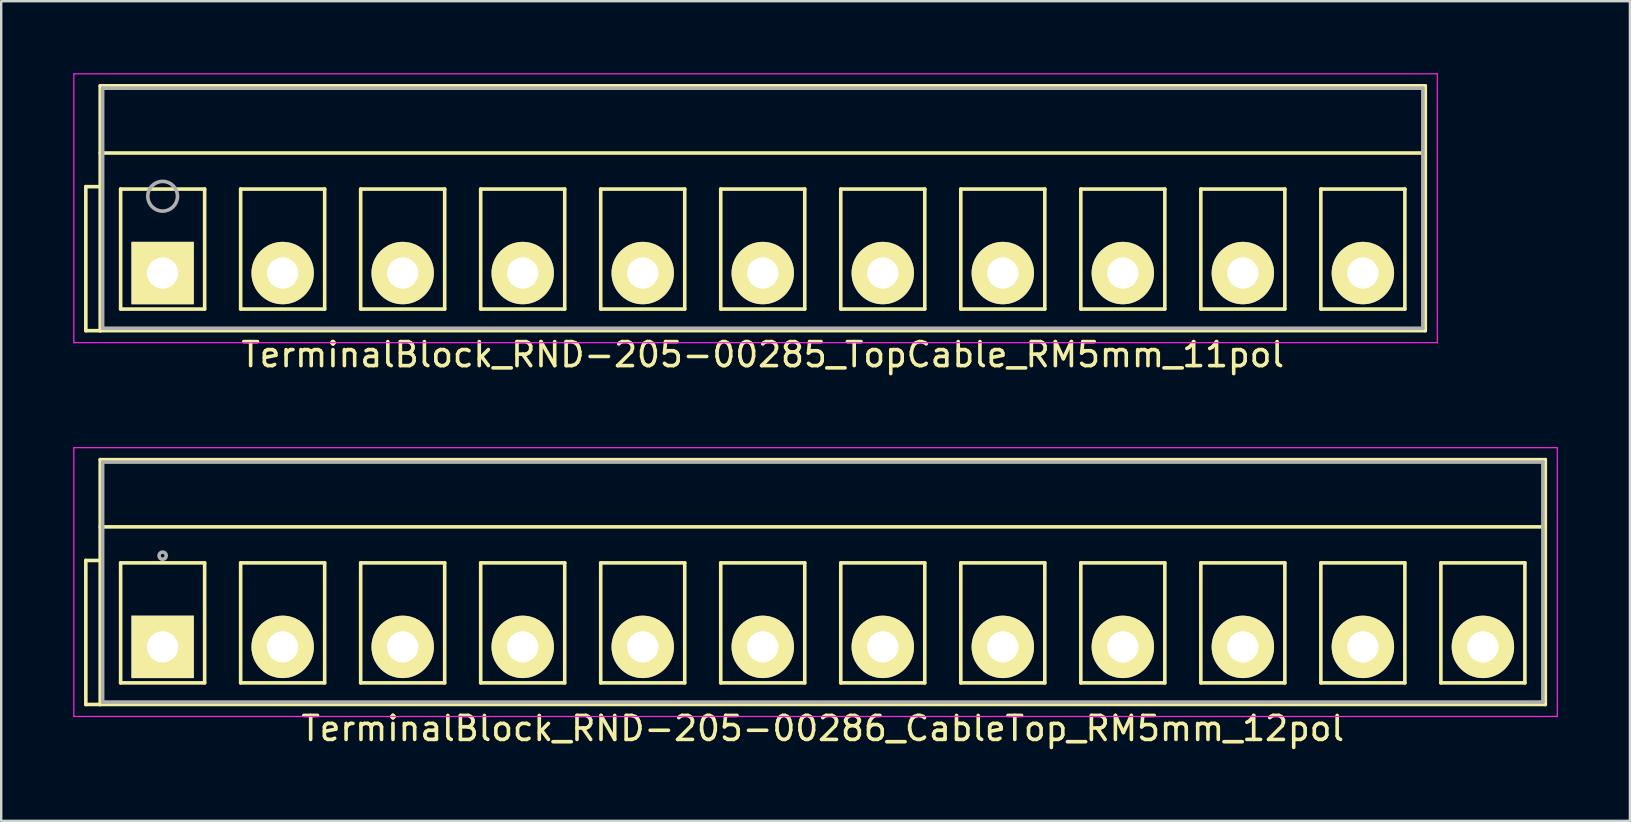
<source format=kicad_pcb>
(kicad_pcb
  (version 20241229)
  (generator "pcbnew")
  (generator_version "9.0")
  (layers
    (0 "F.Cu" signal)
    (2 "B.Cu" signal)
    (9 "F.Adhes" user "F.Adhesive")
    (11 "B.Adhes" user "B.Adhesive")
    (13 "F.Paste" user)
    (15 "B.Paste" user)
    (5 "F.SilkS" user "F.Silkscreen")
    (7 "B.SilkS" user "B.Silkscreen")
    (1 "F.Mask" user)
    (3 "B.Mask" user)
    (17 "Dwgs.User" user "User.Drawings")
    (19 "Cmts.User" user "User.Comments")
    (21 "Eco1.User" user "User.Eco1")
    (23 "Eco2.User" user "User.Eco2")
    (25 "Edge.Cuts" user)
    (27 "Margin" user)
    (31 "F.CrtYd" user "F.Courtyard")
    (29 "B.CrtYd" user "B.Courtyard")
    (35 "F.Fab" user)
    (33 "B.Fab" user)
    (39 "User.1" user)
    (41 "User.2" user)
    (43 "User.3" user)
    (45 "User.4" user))
  (footprint "TerminalBlock_RND-205-00286_CableTop_RM5mm_12pol"
    (layer "F.Cu")
    (at 3.725 23.898)
    (property "Reference" "TerminalBlock_RND-205-00286_CableTop_RM5mm_12pol" (at 27.5 3.4 0) (layer "F.SilkS") (effects (font (size 1 1) (thickness 0.15))))
    (attr through_hole)
    (fp_line (start -3.2 -3.6) (end -2.6 -3.6) (stroke (width 0.15) (type solid)) (layer "F.SilkS"))
    (fp_line (start -3.2 2.4) (end -3.2 -3.6) (stroke (width 0.15) (type solid)) (layer "F.SilkS"))
    (fp_line (start -2.6 -7.8) (end 57.6 -7.8) (stroke (width 0.15) (type solid)) (layer "F.SilkS"))
    (fp_line (start -2.6 -5) (end 57.6 -5) (stroke (width 0.15) (type solid)) (layer "F.SilkS"))
    (fp_line (start -2.6 2.4) (end -3.2 2.4) (stroke (width 0.15) (type solid)) (layer "F.SilkS"))
    (fp_line (start -2.6 2.4) (end -2.6 -7.8) (stroke (width 0.15) (type solid)) (layer "F.SilkS"))
    (fp_line (start -1.75 -3.5) (end -1.75 1.5) (stroke (width 0.15) (type solid)) (layer "F.SilkS"))
    (fp_line (start -1.75 1.5) (end 1.75 1.5) (stroke (width 0.15) (type solid)) (layer "F.SilkS"))
    (fp_line (start 1.75 -3.5) (end -1.75 -3.5) (stroke (width 0.15) (type solid)) (layer "F.SilkS"))
    (fp_line (start 1.75 1.5) (end 1.75 -3.5) (stroke (width 0.15) (type solid)) (layer "F.SilkS"))
    (fp_line (start 3.25 -3.5) (end 3.25 1.5) (stroke (width 0.15) (type solid)) (layer "F.SilkS"))
    (fp_line (start 3.25 1.5) (end 6.75 1.5) (stroke (width 0.15) (type solid)) (layer "F.SilkS"))
    (fp_line (start 6.75 -3.5) (end 3.25 -3.5) (stroke (width 0.15) (type solid)) (layer "F.SilkS"))
    (fp_line (start 6.75 1.5) (end 6.75 -3.5) (stroke (width 0.15) (type solid)) (layer "F.SilkS"))
    (fp_line (start 8.25 -3.5) (end 8.25 1.5) (stroke (width 0.15) (type solid)) (layer "F.SilkS"))
    (fp_line (start 8.25 1.5) (end 11.75 1.5) (stroke (width 0.15) (type solid)) (layer "F.SilkS"))
    (fp_line (start 11.75 -3.5) (end 8.25 -3.5) (stroke (width 0.15) (type solid)) (layer "F.SilkS"))
    (fp_line (start 11.75 1.5) (end 11.75 -3.5) (stroke (width 0.15) (type solid)) (layer "F.SilkS"))
    (fp_line (start 13.25 -3.5) (end 13.25 1.5) (stroke (width 0.15) (type solid)) (layer "F.SilkS"))
    (fp_line (start 13.25 1.5) (end 16.75 1.5) (stroke (width 0.15) (type solid)) (layer "F.SilkS"))
    (fp_line (start 16.75 -3.5) (end 13.25 -3.5) (stroke (width 0.15) (type solid)) (layer "F.SilkS"))
    (fp_line (start 16.75 1.5) (end 16.75 -3.5) (stroke (width 0.15) (type solid)) (layer "F.SilkS"))
    (fp_line (start 18.25 -3.5) (end 18.25 1.5) (stroke (width 0.15) (type solid)) (layer "F.SilkS"))
    (fp_line (start 18.25 1.5) (end 21.75 1.5) (stroke (width 0.15) (type solid)) (layer "F.SilkS"))
    (fp_line (start 21.75 -3.5) (end 18.25 -3.5) (stroke (width 0.15) (type solid)) (layer "F.SilkS"))
    (fp_line (start 21.75 1.5) (end 21.75 -3.5) (stroke (width 0.15) (type solid)) (layer "F.SilkS"))
    (fp_line (start 23.25 -3.5) (end 23.25 1.5) (stroke (width 0.15) (type solid)) (layer "F.SilkS"))
    (fp_line (start 23.25 1.5) (end 26.75 1.5) (stroke (width 0.15) (type solid)) (layer "F.SilkS"))
    (fp_line (start 26.75 -3.5) (end 23.25 -3.5) (stroke (width 0.15) (type solid)) (layer "F.SilkS"))
    (fp_line (start 26.75 1.5) (end 26.75 -3.5) (stroke (width 0.15) (type solid)) (layer "F.SilkS"))
    (fp_line (start 28.25 -3.5) (end 28.25 1.5) (stroke (width 0.15) (type solid)) (layer "F.SilkS"))
    (fp_line (start 28.25 1.5) (end 31.75 1.5) (stroke (width 0.15) (type solid)) (layer "F.SilkS"))
    (fp_line (start 31.75 -3.5) (end 28.25 -3.5) (stroke (width 0.15) (type solid)) (layer "F.SilkS"))
    (fp_line (start 31.75 1.5) (end 31.75 -3.5) (stroke (width 0.15) (type solid)) (layer "F.SilkS"))
    (fp_line (start 33.25 -3.5) (end 33.25 1.5) (stroke (width 0.15) (type solid)) (layer "F.SilkS"))
    (fp_line (start 33.25 1.5) (end 36.75 1.5) (stroke (width 0.15) (type solid)) (layer "F.SilkS"))
    (fp_line (start 36.75 -3.5) (end 33.25 -3.5) (stroke (width 0.15) (type solid)) (layer "F.SilkS"))
    (fp_line (start 36.75 1.5) (end 36.75 -3.5) (stroke (width 0.15) (type solid)) (layer "F.SilkS"))
    (fp_line (start 38.25 -3.5) (end 38.25 1.5) (stroke (width 0.15) (type solid)) (layer "F.SilkS"))
    (fp_line (start 38.25 1.5) (end 41.75 1.5) (stroke (width 0.15) (type solid)) (layer "F.SilkS"))
    (fp_line (start 41.75 -3.5) (end 38.25 -3.5) (stroke (width 0.15) (type solid)) (layer "F.SilkS"))
    (fp_line (start 41.75 1.5) (end 41.75 -3.5) (stroke (width 0.15) (type solid)) (layer "F.SilkS"))
    (fp_line (start 43.25 -3.5) (end 43.25 1.5) (stroke (width 0.15) (type solid)) (layer "F.SilkS"))
    (fp_line (start 43.25 1.5) (end 46.75 1.5) (stroke (width 0.15) (type solid)) (layer "F.SilkS"))
    (fp_line (start 46.75 -3.5) (end 43.25 -3.5) (stroke (width 0.15) (type solid)) (layer "F.SilkS"))
    (fp_line (start 46.75 1.5) (end 46.75 -3.5) (stroke (width 0.15) (type solid)) (layer "F.SilkS"))
    (fp_line (start 48.25 -3.5) (end 48.25 1.5) (stroke (width 0.15) (type solid)) (layer "F.SilkS"))
    (fp_line (start 48.25 1.5) (end 51.75 1.5) (stroke (width 0.15) (type solid)) (layer "F.SilkS"))
    (fp_line (start 51.75 -3.5) (end 48.25 -3.5) (stroke (width 0.15) (type solid)) (layer "F.SilkS"))
    (fp_line (start 51.75 1.5) (end 51.75 -3.5) (stroke (width 0.15) (type solid)) (layer "F.SilkS"))
    (fp_line (start 53.25 -3.5) (end 53.25 1.5) (stroke (width 0.15) (type solid)) (layer "F.SilkS"))
    (fp_line (start 53.25 1.5) (end 56.75 1.5) (stroke (width 0.15) (type solid)) (layer "F.SilkS"))
    (fp_line (start 56.75 -3.5) (end 53.25 -3.5) (stroke (width 0.15) (type solid)) (layer "F.SilkS"))
    (fp_line (start 56.75 1.5) (end 56.75 -3.5) (stroke (width 0.15) (type solid)) (layer "F.SilkS"))
    (fp_line (start 57.6 -7.8) (end 57.6 2.4) (stroke (width 0.15) (type solid)) (layer "F.SilkS"))
    (fp_line (start 57.6 2.4) (end -2.6 2.4) (stroke (width 0.15) (type solid)) (layer "F.SilkS"))
    (fp_line (start -3.7 -8.3) (end 58.1 -8.3) (stroke (width 0.05) (type solid)) (layer "F.CrtYd"))
    (fp_line (start -3.7 2.9) (end -3.7 -8.3) (stroke (width 0.05) (type solid)) (layer "F.CrtYd"))
    (fp_line (start 58.1 -8.3) (end 58.1 2.9) (stroke (width 0.05) (type solid)) (layer "F.CrtYd"))
    (fp_line (start 58.1 2.9) (end -3.7 2.9) (stroke (width 0.05) (type solid)) (layer "F.CrtYd"))
    (fp_line (start -2.5 -7.7) (end 57.5 -7.7) (stroke (width 0.15) (type solid)) (layer "F.Fab"))
    (fp_line (start -2.5 2.3) (end -2.5 -7.7) (stroke (width 0.15) (type solid)) (layer "F.Fab"))
    (fp_line (start 57.5 -7.7) (end 57.5 2.3) (stroke (width 0.15) (type solid)) (layer "F.Fab"))
    (fp_line (start 57.5 2.3) (end -2.5 2.3) (stroke (width 0.15) (type solid)) (layer "F.Fab"))
    (fp_circle (center 0 -3.8) (end -0.15 -3.8) (stroke (width 0.15) (type solid)) (fill no) (layer "F.Fab"))
    (pad "1" thru_hole rect (at 0 0) (size 2.6 2.6) (drill 1.3) (layers "*.Cu" "*.Mask" "F.SilkS"))
    (pad "2" thru_hole circle (at 5 0) (size 2.6 2.6) (drill 1.3) (layers "*.Cu" "*.Mask" "F.SilkS"))
    (pad "3" thru_hole circle (at 10 0) (size 2.6 2.6) (drill 1.3) (layers "*.Cu" "*.Mask" "F.SilkS"))
    (pad "4" thru_hole circle (at 15 0) (size 2.6 2.6) (drill 1.3) (layers "*.Cu" "*.Mask" "F.SilkS"))
    (pad "5" thru_hole circle (at 20 0) (size 2.6 2.6) (drill 1.3) (layers "*.Cu" "*.Mask" "F.SilkS"))
    (pad "6" thru_hole circle (at 25 0) (size 2.6 2.6) (drill 1.3) (layers "*.Cu" "*.Mask" "F.SilkS"))
    (pad "7" thru_hole circle (at 30 0) (size 2.6 2.6) (drill 1.3) (layers "*.Cu" "*.Mask" "F.SilkS"))
    (pad "8" thru_hole circle (at 35 0) (size 2.6 2.6) (drill 1.3) (layers "*.Cu" "*.Mask" "F.SilkS"))
    (pad "9" thru_hole circle (at 40 0) (size 2.6 2.6) (drill 1.3) (layers "*.Cu" "*.Mask" "F.SilkS"))
    (pad "10" thru_hole circle (at 45 0) (size 2.6 2.6) (drill 1.3) (layers "*.Cu" "*.Mask" "F.SilkS"))
    (pad "11" thru_hole circle (at 50 0) (size 2.6 2.6) (drill 1.3) (layers "*.Cu" "*.Mask" "F.SilkS"))
    (pad "12" thru_hole circle (at 55 0) (size 2.6 2.6) (drill 1.3) (layers "*.Cu" "*.Mask" "F.SilkS")))
  (footprint "TerminalBlock_RND-205-00285_TopCable_RM5mm_11pol"
    (layer "F.Cu")
    (at 3.725 8.325)
    (property "Reference" "TerminalBlock_RND-205-00285_TopCable_RM5mm_11pol" (at 25 3.4 0) (layer "F.SilkS") (effects (font (size 1 1) (thickness 0.15))))
    (attr through_hole)
    (fp_line (start -3.2 -3.6) (end -2.6 -3.6) (stroke (width 0.15) (type solid)) (layer "F.SilkS"))
    (fp_line (start -3.2 2.4) (end -3.2 -3.6) (stroke (width 0.15) (type solid)) (layer "F.SilkS"))
    (fp_line (start -2.6 -7.8) (end 52.6 -7.8) (stroke (width 0.15) (type solid)) (layer "F.SilkS"))
    (fp_line (start -2.6 -5) (end 52.6 -5) (stroke (width 0.15) (type solid)) (layer "F.SilkS"))
    (fp_line (start -2.6 2.4) (end -3.2 2.4) (stroke (width 0.15) (type solid)) (layer "F.SilkS"))
    (fp_line (start -2.6 2.4) (end -2.6 -7.8) (stroke (width 0.15) (type solid)) (layer "F.SilkS"))
    (fp_line (start -1.75 -3.5) (end -1.75 1.5) (stroke (width 0.15) (type solid)) (layer "F.SilkS"))
    (fp_line (start -1.75 1.5) (end 1.75 1.5) (stroke (width 0.15) (type solid)) (layer "F.SilkS"))
    (fp_line (start 1.75 -3.5) (end -1.75 -3.5) (stroke (width 0.15) (type solid)) (layer "F.SilkS"))
    (fp_line (start 1.75 1.5) (end 1.75 -3.5) (stroke (width 0.15) (type solid)) (layer "F.SilkS"))
    (fp_line (start 3.25 -3.5) (end 3.25 1.5) (stroke (width 0.15) (type solid)) (layer "F.SilkS"))
    (fp_line (start 3.25 1.5) (end 6.75 1.5) (stroke (width 0.15) (type solid)) (layer "F.SilkS"))
    (fp_line (start 6.75 -3.5) (end 3.25 -3.5) (stroke (width 0.15) (type solid)) (layer "F.SilkS"))
    (fp_line (start 6.75 1.5) (end 6.75 -3.5) (stroke (width 0.15) (type solid)) (layer "F.SilkS"))
    (fp_line (start 8.25 -3.5) (end 8.25 1.5) (stroke (width 0.15) (type solid)) (layer "F.SilkS"))
    (fp_line (start 8.25 1.5) (end 11.75 1.5) (stroke (width 0.15) (type solid)) (layer "F.SilkS"))
    (fp_line (start 11.75 -3.5) (end 8.25 -3.5) (stroke (width 0.15) (type solid)) (layer "F.SilkS"))
    (fp_line (start 11.75 1.5) (end 11.75 -3.5) (stroke (width 0.15) (type solid)) (layer "F.SilkS"))
    (fp_line (start 13.25 -3.5) (end 13.25 1.5) (stroke (width 0.15) (type solid)) (layer "F.SilkS"))
    (fp_line (start 13.25 1.5) (end 16.75 1.5) (stroke (width 0.15) (type solid)) (layer "F.SilkS"))
    (fp_line (start 16.75 -3.5) (end 13.25 -3.5) (stroke (width 0.15) (type solid)) (layer "F.SilkS"))
    (fp_line (start 16.75 1.5) (end 16.75 -3.5) (stroke (width 0.15) (type solid)) (layer "F.SilkS"))
    (fp_line (start 18.25 -3.5) (end 18.25 1.5) (stroke (width 0.15) (type solid)) (layer "F.SilkS"))
    (fp_line (start 18.25 1.5) (end 21.75 1.5) (stroke (width 0.15) (type solid)) (layer "F.SilkS"))
    (fp_line (start 21.75 -3.5) (end 18.25 -3.5) (stroke (width 0.15) (type solid)) (layer "F.SilkS"))
    (fp_line (start 21.75 1.5) (end 21.75 -3.5) (stroke (width 0.15) (type solid)) (layer "F.SilkS"))
    (fp_line (start 23.25 -3.5) (end 23.25 1.5) (stroke (width 0.15) (type solid)) (layer "F.SilkS"))
    (fp_line (start 23.25 1.5) (end 26.75 1.5) (stroke (width 0.15) (type solid)) (layer "F.SilkS"))
    (fp_line (start 26.75 -3.5) (end 23.25 -3.5) (stroke (width 0.15) (type solid)) (layer "F.SilkS"))
    (fp_line (start 26.75 1.5) (end 26.75 -3.5) (stroke (width 0.15) (type solid)) (layer "F.SilkS"))
    (fp_line (start 28.25 -3.5) (end 28.25 1.5) (stroke (width 0.15) (type solid)) (layer "F.SilkS"))
    (fp_line (start 28.25 1.5) (end 31.75 1.5) (stroke (width 0.15) (type solid)) (layer "F.SilkS"))
    (fp_line (start 31.75 -3.5) (end 28.25 -3.5) (stroke (width 0.15) (type solid)) (layer "F.SilkS"))
    (fp_line (start 31.75 1.5) (end 31.75 -3.5) (stroke (width 0.15) (type solid)) (layer "F.SilkS"))
    (fp_line (start 33.25 -3.5) (end 33.25 1.5) (stroke (width 0.15) (type solid)) (layer "F.SilkS"))
    (fp_line (start 33.25 1.5) (end 36.75 1.5) (stroke (width 0.15) (type solid)) (layer "F.SilkS"))
    (fp_line (start 36.75 -3.5) (end 33.25 -3.5) (stroke (width 0.15) (type solid)) (layer "F.SilkS"))
    (fp_line (start 36.75 1.5) (end 36.75 -3.5) (stroke (width 0.15) (type solid)) (layer "F.SilkS"))
    (fp_line (start 38.25 -3.5) (end 38.25 1.5) (stroke (width 0.15) (type solid)) (layer "F.SilkS"))
    (fp_line (start 38.25 1.5) (end 41.75 1.5) (stroke (width 0.15) (type solid)) (layer "F.SilkS"))
    (fp_line (start 41.75 -3.5) (end 38.25 -3.5) (stroke (width 0.15) (type solid)) (layer "F.SilkS"))
    (fp_line (start 41.75 1.5) (end 41.75 -3.5) (stroke (width 0.15) (type solid)) (layer "F.SilkS"))
    (fp_line (start 43.25 -3.5) (end 43.25 1.5) (stroke (width 0.15) (type solid)) (layer "F.SilkS"))
    (fp_line (start 43.25 1.5) (end 46.75 1.5) (stroke (width 0.15) (type solid)) (layer "F.SilkS"))
    (fp_line (start 46.75 -3.5) (end 43.25 -3.5) (stroke (width 0.15) (type solid)) (layer "F.SilkS"))
    (fp_line (start 46.75 1.5) (end 46.75 -3.5) (stroke (width 0.15) (type solid)) (layer "F.SilkS"))
    (fp_line (start 48.25 -3.5) (end 48.25 1.5) (stroke (width 0.15) (type solid)) (layer "F.SilkS"))
    (fp_line (start 48.25 1.5) (end 51.75 1.5) (stroke (width 0.15) (type solid)) (layer "F.SilkS"))
    (fp_line (start 51.75 -3.5) (end 48.25 -3.5) (stroke (width 0.15) (type solid)) (layer "F.SilkS"))
    (fp_line (start 51.75 1.5) (end 51.75 -3.5) (stroke (width 0.15) (type solid)) (layer "F.SilkS"))
    (fp_line (start 52.6 -7.8) (end 52.6 2.4) (stroke (width 0.15) (type solid)) (layer "F.SilkS"))
    (fp_line (start 52.6 2.4) (end -2.6 2.4) (stroke (width 0.15) (type solid)) (layer "F.SilkS"))
    (fp_line (start -3.7 -8.3) (end 53.1 -8.3) (stroke (width 0.05) (type solid)) (layer "F.CrtYd"))
    (fp_line (start -3.7 2.9) (end -3.7 -8.3) (stroke (width 0.05) (type solid)) (layer "F.CrtYd"))
    (fp_line (start 53.1 -8.3) (end 53.1 2.9) (stroke (width 0.05) (type solid)) (layer "F.CrtYd"))
    (fp_line (start 53.1 2.9) (end -3.7 2.9) (stroke (width 0.05) (type solid)) (layer "F.CrtYd"))
    (fp_line (start -2.5 -7.7) (end 52.5 -7.7) (stroke (width 0.15) (type solid)) (layer "F.Fab"))
    (fp_line (start -2.5 2.3) (end -2.5 -7.7) (stroke (width 0.15) (type solid)) (layer "F.Fab"))
    (fp_line (start 52.5 -7.7) (end 52.5 2.3) (stroke (width 0.15) (type solid)) (layer "F.Fab"))
    (fp_line (start 52.5 2.3) (end -2.5 2.3) (stroke (width 0.15) (type solid)) (layer "F.Fab"))
    (fp_circle (center 0 -3.2) (end -0.15 -3.8) (stroke (width 0.15) (type solid)) (fill no) (layer "F.Fab"))
    (pad "1" thru_hole rect (at 0 0) (size 2.6 2.6) (drill 1.3) (layers "*.Cu" "*.Mask" "F.SilkS"))
    (pad "2" thru_hole circle (at 5 0) (size 2.6 2.6) (drill 1.3) (layers "*.Cu" "*.Mask" "F.SilkS"))
    (pad "3" thru_hole circle (at 10 0) (size 2.6 2.6) (drill 1.3) (layers "*.Cu" "*.Mask" "F.SilkS"))
    (pad "4" thru_hole circle (at 15 0) (size 2.6 2.6) (drill 1.3) (layers "*.Cu" "*.Mask" "F.SilkS"))
    (pad "5" thru_hole circle (at 20 0) (size 2.6 2.6) (drill 1.3) (layers "*.Cu" "*.Mask" "F.SilkS"))
    (pad "6" thru_hole circle (at 25 0) (size 2.6 2.6) (drill 1.3) (layers "*.Cu" "*.Mask" "F.SilkS"))
    (pad "7" thru_hole circle (at 30 0) (size 2.6 2.6) (drill 1.3) (layers "*.Cu" "*.Mask" "F.SilkS"))
    (pad "8" thru_hole circle (at 35 0) (size 2.6 2.6) (drill 1.3) (layers "*.Cu" "*.Mask" "F.SilkS"))
    (pad "9" thru_hole circle (at 40 0) (size 2.6 2.6) (drill 1.3) (layers "*.Cu" "*.Mask" "F.SilkS"))
    (pad "10" thru_hole circle (at 45 0) (size 2.6 2.6) (drill 1.3) (layers "*.Cu" "*.Mask" "F.SilkS"))
    (pad "11" thru_hole circle (at 50 0) (size 2.6 2.6) (drill 1.3) (layers "*.Cu" "*.Mask" "F.SilkS")))
  (gr_rect
    (start -3 -3)
    (end 64.85 31.146)
    (stroke (width 0.1) (type default))
    (fill no)
    (layer "Edge.Cuts")))
</source>
